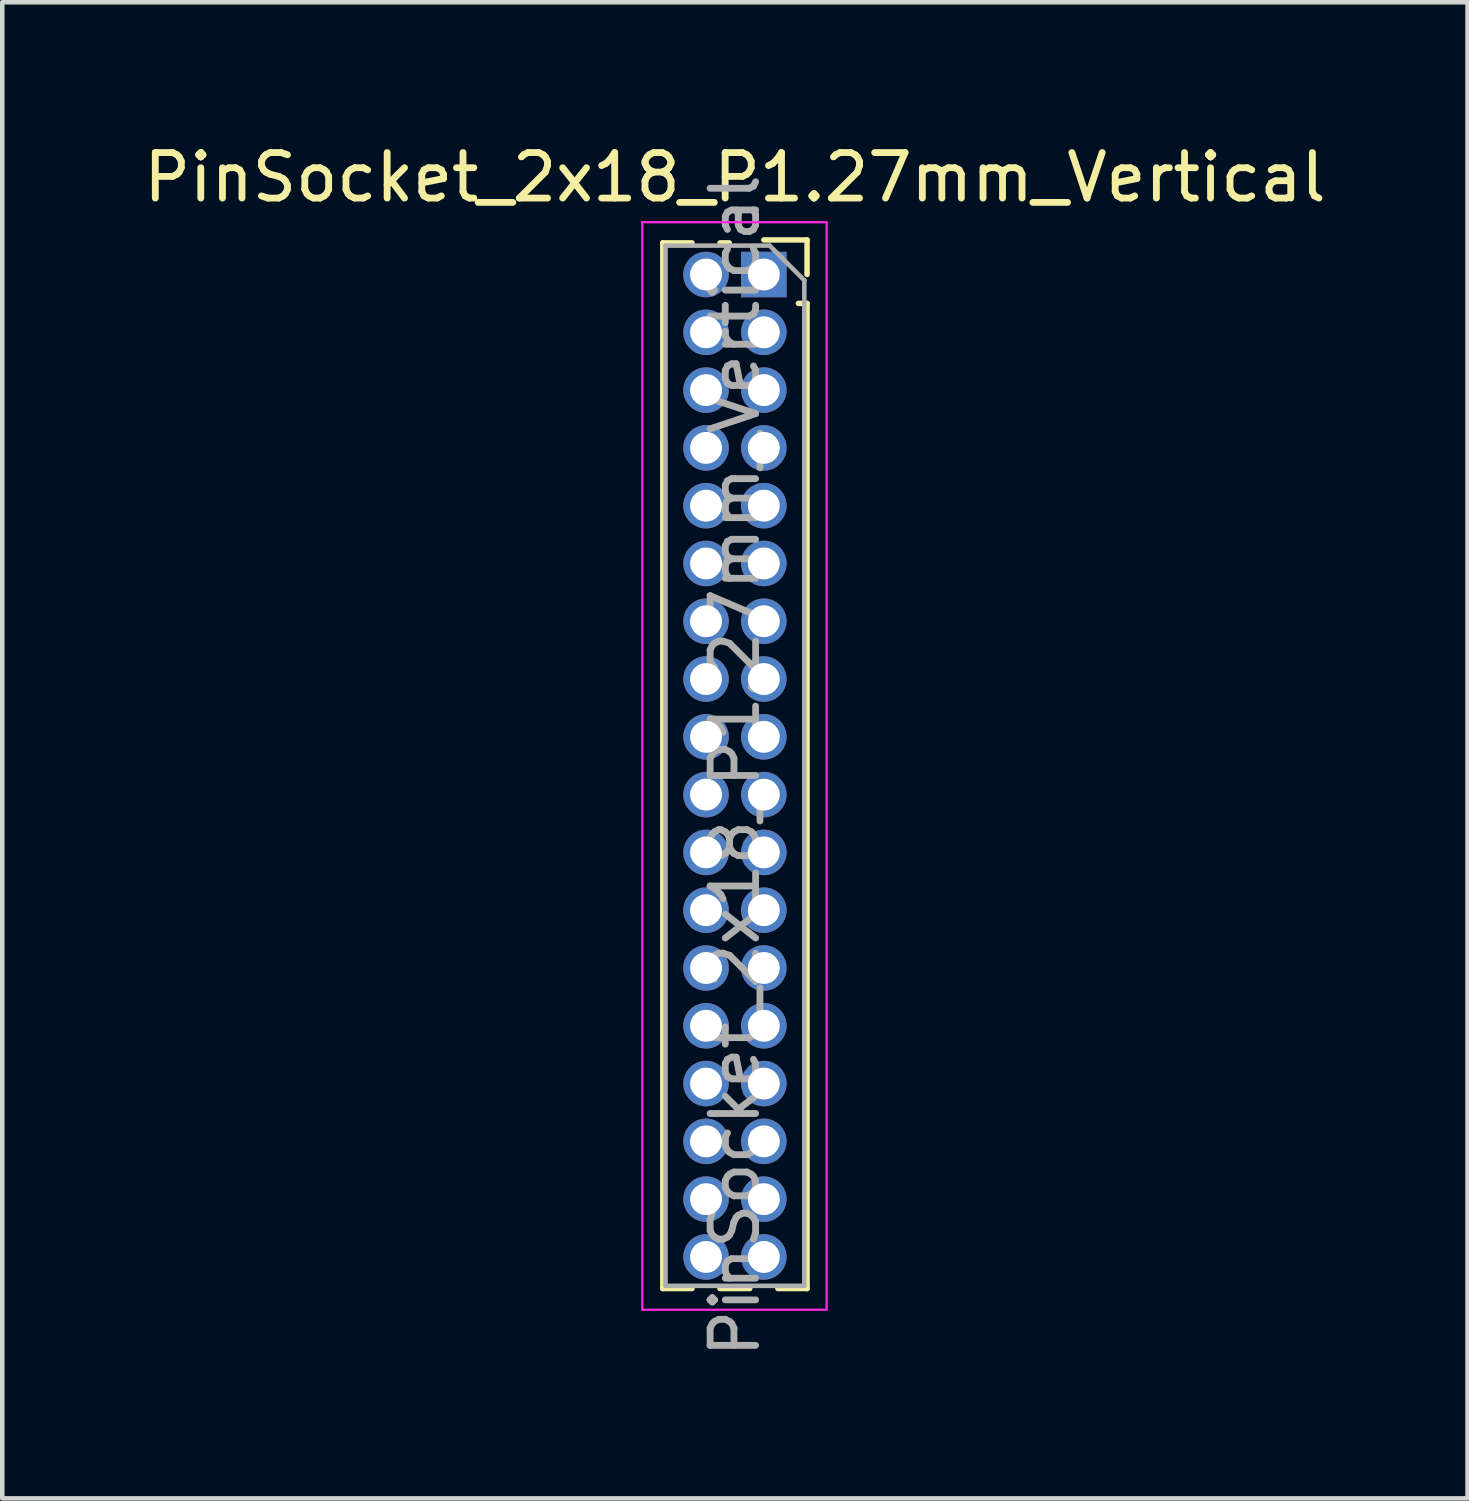
<source format=kicad_pcb>
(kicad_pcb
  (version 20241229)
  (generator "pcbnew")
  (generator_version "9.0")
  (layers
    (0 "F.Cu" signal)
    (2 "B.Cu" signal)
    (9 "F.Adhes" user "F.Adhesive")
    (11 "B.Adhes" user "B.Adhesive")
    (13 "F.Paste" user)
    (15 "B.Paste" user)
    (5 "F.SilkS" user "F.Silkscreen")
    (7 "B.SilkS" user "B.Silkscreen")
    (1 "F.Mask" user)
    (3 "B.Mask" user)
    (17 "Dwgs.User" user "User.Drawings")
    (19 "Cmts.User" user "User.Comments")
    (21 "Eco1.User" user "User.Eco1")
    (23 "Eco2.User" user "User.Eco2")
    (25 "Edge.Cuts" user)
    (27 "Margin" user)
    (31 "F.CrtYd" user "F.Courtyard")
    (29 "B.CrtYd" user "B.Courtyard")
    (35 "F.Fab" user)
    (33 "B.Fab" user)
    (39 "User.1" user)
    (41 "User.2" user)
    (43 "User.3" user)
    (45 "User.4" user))
  (footprint "PinSocket_2x18_P1.27mm_Vertical"
    (layer "F.Cu")
    (at 13.736 2.983)
    (property "Reference" "PinSocket_2x18_P1.27mm_Vertical" (at -0.635 -2.135 0) (layer "F.SilkS") (effects (font (size 1 1) (thickness 0.15))))
    (attr through_hole)
    (fp_line (start -2.22 -0.695) (end -2.22 22.285) (stroke (width 0.12) (type solid)) (layer "F.SilkS"))
    (fp_line (start -2.22 -0.695) (end -1.578 -0.695) (stroke (width 0.12) (type solid)) (layer "F.SilkS"))
    (fp_line (start -2.22 22.285) (end -1.578 22.285) (stroke (width 0.12) (type solid)) (layer "F.SilkS"))
    (fp_line (start -0.962 -0.695) (end -0.76 -0.695) (stroke (width 0.12) (type solid)) (layer "F.SilkS"))
    (fp_line (start -0.962 22.285) (end -0.308 22.285) (stroke (width 0.12) (type solid)) (layer "F.SilkS"))
    (fp_line (start 0 -0.76) (end 0.95 -0.76) (stroke (width 0.12) (type solid)) (layer "F.SilkS"))
    (fp_line (start 0.308 22.285) (end 0.95 22.285) (stroke (width 0.12) (type solid)) (layer "F.SilkS"))
    (fp_line (start 0.76 0.635) (end 0.95 0.635) (stroke (width 0.12) (type solid)) (layer "F.SilkS"))
    (fp_line (start 0.95 -0.76) (end 0.95 0) (stroke (width 0.12) (type solid)) (layer "F.SilkS"))
    (fp_line (start 0.95 0.635) (end 0.95 22.285) (stroke (width 0.12) (type solid)) (layer "F.SilkS"))
    (fp_line (start -2.67 -1.15) (end 1.38 -1.15) (stroke (width 0.05) (type solid)) (layer "F.CrtYd"))
    (fp_line (start -2.67 22.75) (end -2.67 -1.15) (stroke (width 0.05) (type solid)) (layer "F.CrtYd"))
    (fp_line (start 1.38 -1.15) (end 1.38 22.75) (stroke (width 0.05) (type solid)) (layer "F.CrtYd"))
    (fp_line (start 1.38 22.75) (end -2.67 22.75) (stroke (width 0.05) (type solid)) (layer "F.CrtYd"))
    (fp_line (start -2.16 -0.635) (end 0.128 -0.635) (stroke (width 0.1) (type solid)) (layer "F.Fab"))
    (fp_line (start -2.16 22.225) (end -2.16 -0.635) (stroke (width 0.1) (type solid)) (layer "F.Fab"))
    (fp_line (start 0.128 -0.635) (end 0.89 0.128) (stroke (width 0.1) (type solid)) (layer "F.Fab"))
    (fp_line (start 0.89 0.128) (end 0.89 22.225) (stroke (width 0.1) (type solid)) (layer "F.Fab"))
    (fp_line (start 0.89 22.225) (end -2.16 22.225) (stroke (width 0.1) (type solid)) (layer "F.Fab"))
    (fp_text user "${REFERENCE}" (at -0.635 10.795 90) (layer "F.Fab") (effects (font (size 1 1) (thickness 0.15))))
    (pad "1" thru_hole rect (at 0 0) (size 1 1) (drill 0.7) (layers "*.Cu" "*.Mask"))
    (pad "2" thru_hole oval (at -1.27 0) (size 1 1) (drill 0.7) (layers "*.Cu" "*.Mask"))
    (pad "3" thru_hole oval (at 0 1.27) (size 1 1) (drill 0.7) (layers "*.Cu" "*.Mask"))
    (pad "4" thru_hole oval (at -1.27 1.27) (size 1 1) (drill 0.7) (layers "*.Cu" "*.Mask"))
    (pad "5" thru_hole oval (at 0 2.54) (size 1 1) (drill 0.7) (layers "*.Cu" "*.Mask"))
    (pad "6" thru_hole oval (at -1.27 2.54) (size 1 1) (drill 0.7) (layers "*.Cu" "*.Mask"))
    (pad "7" thru_hole oval (at 0 3.81) (size 1 1) (drill 0.7) (layers "*.Cu" "*.Mask"))
    (pad "8" thru_hole oval (at -1.27 3.81) (size 1 1) (drill 0.7) (layers "*.Cu" "*.Mask"))
    (pad "9" thru_hole oval (at 0 5.08) (size 1 1) (drill 0.7) (layers "*.Cu" "*.Mask"))
    (pad "10" thru_hole oval (at -1.27 5.08) (size 1 1) (drill 0.7) (layers "*.Cu" "*.Mask"))
    (pad "11" thru_hole oval (at 0 6.35) (size 1 1) (drill 0.7) (layers "*.Cu" "*.Mask"))
    (pad "12" thru_hole oval (at -1.27 6.35) (size 1 1) (drill 0.7) (layers "*.Cu" "*.Mask"))
    (pad "13" thru_hole oval (at 0 7.62) (size 1 1) (drill 0.7) (layers "*.Cu" "*.Mask"))
    (pad "14" thru_hole oval (at -1.27 7.62) (size 1 1) (drill 0.7) (layers "*.Cu" "*.Mask"))
    (pad "15" thru_hole oval (at 0 8.89) (size 1 1) (drill 0.7) (layers "*.Cu" "*.Mask"))
    (pad "16" thru_hole oval (at -1.27 8.89) (size 1 1) (drill 0.7) (layers "*.Cu" "*.Mask"))
    (pad "17" thru_hole oval (at 0 10.16) (size 1 1) (drill 0.7) (layers "*.Cu" "*.Mask"))
    (pad "18" thru_hole oval (at -1.27 10.16) (size 1 1) (drill 0.7) (layers "*.Cu" "*.Mask"))
    (pad "19" thru_hole oval (at 0 11.43) (size 1 1) (drill 0.7) (layers "*.Cu" "*.Mask"))
    (pad "20" thru_hole oval (at -1.27 11.43) (size 1 1) (drill 0.7) (layers "*.Cu" "*.Mask"))
    (pad "21" thru_hole oval (at 0 12.7) (size 1 1) (drill 0.7) (layers "*.Cu" "*.Mask"))
    (pad "22" thru_hole oval (at -1.27 12.7) (size 1 1) (drill 0.7) (layers "*.Cu" "*.Mask"))
    (pad "23" thru_hole oval (at 0 13.97) (size 1 1) (drill 0.7) (layers "*.Cu" "*.Mask"))
    (pad "24" thru_hole oval (at -1.27 13.97) (size 1 1) (drill 0.7) (layers "*.Cu" "*.Mask"))
    (pad "25" thru_hole oval (at 0 15.24) (size 1 1) (drill 0.7) (layers "*.Cu" "*.Mask"))
    (pad "26" thru_hole oval (at -1.27 15.24) (size 1 1) (drill 0.7) (layers "*.Cu" "*.Mask"))
    (pad "27" thru_hole oval (at 0 16.51) (size 1 1) (drill 0.7) (layers "*.Cu" "*.Mask"))
    (pad "28" thru_hole oval (at -1.27 16.51) (size 1 1) (drill 0.7) (layers "*.Cu" "*.Mask"))
    (pad "29" thru_hole oval (at 0 17.78) (size 1 1) (drill 0.7) (layers "*.Cu" "*.Mask"))
    (pad "30" thru_hole oval (at -1.27 17.78) (size 1 1) (drill 0.7) (layers "*.Cu" "*.Mask"))
    (pad "31" thru_hole oval (at 0 19.05) (size 1 1) (drill 0.7) (layers "*.Cu" "*.Mask"))
    (pad "32" thru_hole oval (at -1.27 19.05) (size 1 1) (drill 0.7) (layers "*.Cu" "*.Mask"))
    (pad "33" thru_hole oval (at 0 20.32) (size 1 1) (drill 0.7) (layers "*.Cu" "*.Mask"))
    (pad "34" thru_hole oval (at -1.27 20.32) (size 1 1) (drill 0.7) (layers "*.Cu" "*.Mask"))
    (pad "35" thru_hole oval (at 0 21.59) (size 1 1) (drill 0.7) (layers "*.Cu" "*.Mask"))
    (pad "36" thru_hole oval (at -1.27 21.59) (size 1 1) (drill 0.7) (layers "*.Cu" "*.Mask")))
  (gr_rect
    (start -3 -3)
    (end 29.202 29.879)
    (stroke (width 0.1) (type default))
    (fill no)
    (layer "Edge.Cuts")))
</source>
